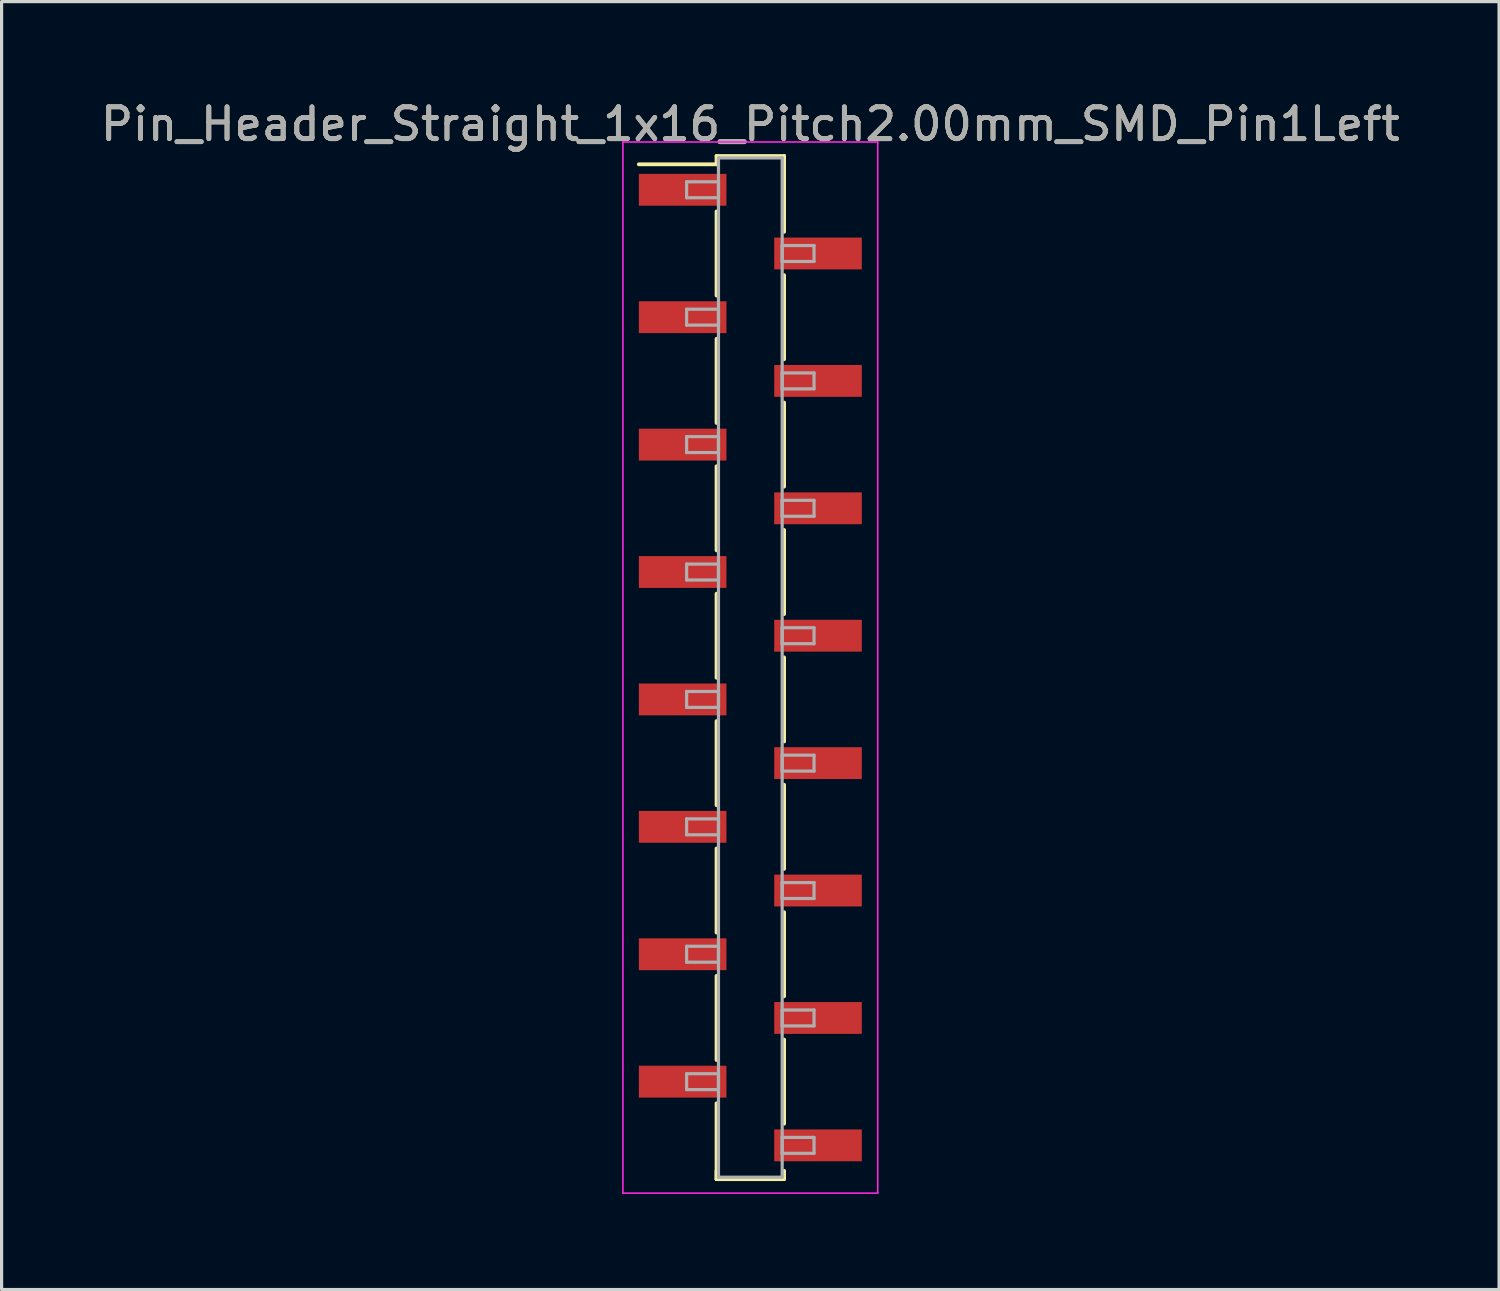
<source format=kicad_pcb>
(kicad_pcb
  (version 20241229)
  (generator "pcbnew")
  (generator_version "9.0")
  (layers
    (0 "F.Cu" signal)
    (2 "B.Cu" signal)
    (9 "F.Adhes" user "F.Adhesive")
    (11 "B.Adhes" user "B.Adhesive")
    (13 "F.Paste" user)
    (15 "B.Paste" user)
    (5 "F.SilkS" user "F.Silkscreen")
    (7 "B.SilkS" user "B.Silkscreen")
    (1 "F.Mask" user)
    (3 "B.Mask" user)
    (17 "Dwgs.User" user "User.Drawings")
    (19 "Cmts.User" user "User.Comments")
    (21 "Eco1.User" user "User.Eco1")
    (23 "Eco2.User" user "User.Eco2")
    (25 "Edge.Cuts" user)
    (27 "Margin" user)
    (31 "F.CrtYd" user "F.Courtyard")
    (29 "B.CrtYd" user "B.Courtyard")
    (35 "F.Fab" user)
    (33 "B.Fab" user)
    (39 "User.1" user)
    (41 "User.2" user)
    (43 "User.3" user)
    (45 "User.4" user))
  (footprint "Pin_Header_Straight_1x16_Pitch2.00mm_SMD_Pin1Left"
    (layer "F.Cu")
    (at 20.506 17.908)
    (property "Reference" "Pin_Header_Straight_1x16_Pitch2.00mm_SMD_Pin1Left" (at 0 -17.06 0) (layer "F.SilkS") (effects (font (size 1 1) (thickness 0.15))))
    (attr smd)
    (fp_line (start -1.06 -16.06) (end 1.06 -16.06) (stroke (width 0.12) (type solid)) (layer "F.SilkS"))
    (fp_line (start -1.06 -15.8) (end -3.5 -15.8) (stroke (width 0.12) (type solid)) (layer "F.SilkS"))
    (fp_line (start -1.06 -15.8) (end -1.06 -16.06) (stroke (width 0.12) (type solid)) (layer "F.SilkS"))
    (fp_line (start -1.06 -14.32) (end -1.06 -11.68) (stroke (width 0.12) (type solid)) (layer "F.SilkS"))
    (fp_line (start -1.06 -10.32) (end -1.06 -7.68) (stroke (width 0.12) (type solid)) (layer "F.SilkS"))
    (fp_line (start -1.06 -6.32) (end -1.06 -3.68) (stroke (width 0.12) (type solid)) (layer "F.SilkS"))
    (fp_line (start -1.06 -2.32) (end -1.06 0.32) (stroke (width 0.12) (type solid)) (layer "F.SilkS"))
    (fp_line (start -1.06 1.68) (end -1.06 4.32) (stroke (width 0.12) (type solid)) (layer "F.SilkS"))
    (fp_line (start -1.06 5.68) (end -1.06 8.32) (stroke (width 0.12) (type solid)) (layer "F.SilkS"))
    (fp_line (start -1.06 9.68) (end -1.06 12.32) (stroke (width 0.12) (type solid)) (layer "F.SilkS"))
    (fp_line (start -1.06 13.68) (end -1.06 16.06) (stroke (width 0.12) (type solid)) (layer "F.SilkS"))
    (fp_line (start -1.06 15.8) (end -1.06 16.06) (stroke (width 0.12) (type solid)) (layer "F.SilkS"))
    (fp_line (start -1.06 16.06) (end 1.06 16.06) (stroke (width 0.12) (type solid)) (layer "F.SilkS"))
    (fp_line (start 1.06 -16.06) (end 1.06 -15.8) (stroke (width 0.12) (type solid)) (layer "F.SilkS"))
    (fp_line (start 1.06 -16.06) (end 1.06 -13.68) (stroke (width 0.12) (type solid)) (layer "F.SilkS"))
    (fp_line (start 1.06 -12.32) (end 1.06 -9.68) (stroke (width 0.12) (type solid)) (layer "F.SilkS"))
    (fp_line (start 1.06 -8.32) (end 1.06 -5.68) (stroke (width 0.12) (type solid)) (layer "F.SilkS"))
    (fp_line (start 1.06 -4.32) (end 1.06 -1.68) (stroke (width 0.12) (type solid)) (layer "F.SilkS"))
    (fp_line (start 1.06 -0.32) (end 1.06 2.32) (stroke (width 0.12) (type solid)) (layer "F.SilkS"))
    (fp_line (start 1.06 3.68) (end 1.06 6.32) (stroke (width 0.12) (type solid)) (layer "F.SilkS"))
    (fp_line (start 1.06 7.68) (end 1.06 10.32) (stroke (width 0.12) (type solid)) (layer "F.SilkS"))
    (fp_line (start 1.06 11.68) (end 1.06 14.32) (stroke (width 0.12) (type solid)) (layer "F.SilkS"))
    (fp_line (start 1.06 16.06) (end 1.06 15.8) (stroke (width 0.12) (type solid)) (layer "F.SilkS"))
    (fp_line (start -4 -16.5) (end -4 16.5) (stroke (width 0.05) (type solid)) (layer "F.CrtYd"))
    (fp_line (start -4 16.5) (end 4 16.5) (stroke (width 0.05) (type solid)) (layer "F.CrtYd"))
    (fp_line (start 4 -16.5) (end -4 -16.5) (stroke (width 0.05) (type solid)) (layer "F.CrtYd"))
    (fp_line (start 4 16.5) (end 4 -16.5) (stroke (width 0.05) (type solid)) (layer "F.CrtYd"))
    (fp_line (start -2 -15.25) (end -1 -15.25) (stroke (width 0.1) (type solid)) (layer "F.Fab"))
    (fp_line (start -2 -14.75) (end -2 -15.25) (stroke (width 0.1) (type solid)) (layer "F.Fab"))
    (fp_line (start -2 -11.25) (end -1 -11.25) (stroke (width 0.1) (type solid)) (layer "F.Fab"))
    (fp_line (start -2 -10.75) (end -2 -11.25) (stroke (width 0.1) (type solid)) (layer "F.Fab"))
    (fp_line (start -2 -7.25) (end -1 -7.25) (stroke (width 0.1) (type solid)) (layer "F.Fab"))
    (fp_line (start -2 -6.75) (end -2 -7.25) (stroke (width 0.1) (type solid)) (layer "F.Fab"))
    (fp_line (start -2 -3.25) (end -1 -3.25) (stroke (width 0.1) (type solid)) (layer "F.Fab"))
    (fp_line (start -2 -2.75) (end -2 -3.25) (stroke (width 0.1) (type solid)) (layer "F.Fab"))
    (fp_line (start -2 0.75) (end -1 0.75) (stroke (width 0.1) (type solid)) (layer "F.Fab"))
    (fp_line (start -2 1.25) (end -2 0.75) (stroke (width 0.1) (type solid)) (layer "F.Fab"))
    (fp_line (start -2 4.75) (end -1 4.75) (stroke (width 0.1) (type solid)) (layer "F.Fab"))
    (fp_line (start -2 5.25) (end -2 4.75) (stroke (width 0.1) (type solid)) (layer "F.Fab"))
    (fp_line (start -2 8.75) (end -1 8.75) (stroke (width 0.1) (type solid)) (layer "F.Fab"))
    (fp_line (start -2 9.25) (end -2 8.75) (stroke (width 0.1) (type solid)) (layer "F.Fab"))
    (fp_line (start -2 12.75) (end -1 12.75) (stroke (width 0.1) (type solid)) (layer "F.Fab"))
    (fp_line (start -2 13.25) (end -2 12.75) (stroke (width 0.1) (type solid)) (layer "F.Fab"))
    (fp_line (start -1 -16) (end -1 16) (stroke (width 0.1) (type solid)) (layer "F.Fab"))
    (fp_line (start -1 -15.25) (end -1 -14.75) (stroke (width 0.1) (type solid)) (layer "F.Fab"))
    (fp_line (start -1 -14.75) (end -2 -14.75) (stroke (width 0.1) (type solid)) (layer "F.Fab"))
    (fp_line (start -1 -11.25) (end -1 -10.75) (stroke (width 0.1) (type solid)) (layer "F.Fab"))
    (fp_line (start -1 -10.75) (end -2 -10.75) (stroke (width 0.1) (type solid)) (layer "F.Fab"))
    (fp_line (start -1 -7.25) (end -1 -6.75) (stroke (width 0.1) (type solid)) (layer "F.Fab"))
    (fp_line (start -1 -6.75) (end -2 -6.75) (stroke (width 0.1) (type solid)) (layer "F.Fab"))
    (fp_line (start -1 -3.25) (end -1 -2.75) (stroke (width 0.1) (type solid)) (layer "F.Fab"))
    (fp_line (start -1 -2.75) (end -2 -2.75) (stroke (width 0.1) (type solid)) (layer "F.Fab"))
    (fp_line (start -1 0.75) (end -1 1.25) (stroke (width 0.1) (type solid)) (layer "F.Fab"))
    (fp_line (start -1 1.25) (end -2 1.25) (stroke (width 0.1) (type solid)) (layer "F.Fab"))
    (fp_line (start -1 4.75) (end -1 5.25) (stroke (width 0.1) (type solid)) (layer "F.Fab"))
    (fp_line (start -1 5.25) (end -2 5.25) (stroke (width 0.1) (type solid)) (layer "F.Fab"))
    (fp_line (start -1 8.75) (end -1 9.25) (stroke (width 0.1) (type solid)) (layer "F.Fab"))
    (fp_line (start -1 9.25) (end -2 9.25) (stroke (width 0.1) (type solid)) (layer "F.Fab"))
    (fp_line (start -1 12.75) (end -1 13.25) (stroke (width 0.1) (type solid)) (layer "F.Fab"))
    (fp_line (start -1 13.25) (end -2 13.25) (stroke (width 0.1) (type solid)) (layer "F.Fab"))
    (fp_line (start -1 16) (end 1 16) (stroke (width 0.1) (type solid)) (layer "F.Fab"))
    (fp_line (start 1 -16) (end -1 -16) (stroke (width 0.1) (type solid)) (layer "F.Fab"))
    (fp_line (start 1 -13.25) (end 1 -12.75) (stroke (width 0.1) (type solid)) (layer "F.Fab"))
    (fp_line (start 1 -12.75) (end 2 -12.75) (stroke (width 0.1) (type solid)) (layer "F.Fab"))
    (fp_line (start 1 -9.25) (end 1 -8.75) (stroke (width 0.1) (type solid)) (layer "F.Fab"))
    (fp_line (start 1 -8.75) (end 2 -8.75) (stroke (width 0.1) (type solid)) (layer "F.Fab"))
    (fp_line (start 1 -5.25) (end 1 -4.75) (stroke (width 0.1) (type solid)) (layer "F.Fab"))
    (fp_line (start 1 -4.75) (end 2 -4.75) (stroke (width 0.1) (type solid)) (layer "F.Fab"))
    (fp_line (start 1 -1.25) (end 1 -0.75) (stroke (width 0.1) (type solid)) (layer "F.Fab"))
    (fp_line (start 1 -0.75) (end 2 -0.75) (stroke (width 0.1) (type solid)) (layer "F.Fab"))
    (fp_line (start 1 2.75) (end 1 3.25) (stroke (width 0.1) (type solid)) (layer "F.Fab"))
    (fp_line (start 1 3.25) (end 2 3.25) (stroke (width 0.1) (type solid)) (layer "F.Fab"))
    (fp_line (start 1 6.75) (end 1 7.25) (stroke (width 0.1) (type solid)) (layer "F.Fab"))
    (fp_line (start 1 7.25) (end 2 7.25) (stroke (width 0.1) (type solid)) (layer "F.Fab"))
    (fp_line (start 1 10.75) (end 1 11.25) (stroke (width 0.1) (type solid)) (layer "F.Fab"))
    (fp_line (start 1 11.25) (end 2 11.25) (stroke (width 0.1) (type solid)) (layer "F.Fab"))
    (fp_line (start 1 14.75) (end 1 15.25) (stroke (width 0.1) (type solid)) (layer "F.Fab"))
    (fp_line (start 1 15.25) (end 2 15.25) (stroke (width 0.1) (type solid)) (layer "F.Fab"))
    (fp_line (start 1 16) (end 1 -16) (stroke (width 0.1) (type solid)) (layer "F.Fab"))
    (fp_line (start 2 -13.25) (end 1 -13.25) (stroke (width 0.1) (type solid)) (layer "F.Fab"))
    (fp_line (start 2 -12.75) (end 2 -13.25) (stroke (width 0.1) (type solid)) (layer "F.Fab"))
    (fp_line (start 2 -9.25) (end 1 -9.25) (stroke (width 0.1) (type solid)) (layer "F.Fab"))
    (fp_line (start 2 -8.75) (end 2 -9.25) (stroke (width 0.1) (type solid)) (layer "F.Fab"))
    (fp_line (start 2 -5.25) (end 1 -5.25) (stroke (width 0.1) (type solid)) (layer "F.Fab"))
    (fp_line (start 2 -4.75) (end 2 -5.25) (stroke (width 0.1) (type solid)) (layer "F.Fab"))
    (fp_line (start 2 -1.25) (end 1 -1.25) (stroke (width 0.1) (type solid)) (layer "F.Fab"))
    (fp_line (start 2 -0.75) (end 2 -1.25) (stroke (width 0.1) (type solid)) (layer "F.Fab"))
    (fp_line (start 2 2.75) (end 1 2.75) (stroke (width 0.1) (type solid)) (layer "F.Fab"))
    (fp_line (start 2 3.25) (end 2 2.75) (stroke (width 0.1) (type solid)) (layer "F.Fab"))
    (fp_line (start 2 6.75) (end 1 6.75) (stroke (width 0.1) (type solid)) (layer "F.Fab"))
    (fp_line (start 2 7.25) (end 2 6.75) (stroke (width 0.1) (type solid)) (layer "F.Fab"))
    (fp_line (start 2 10.75) (end 1 10.75) (stroke (width 0.1) (type solid)) (layer "F.Fab"))
    (fp_line (start 2 11.25) (end 2 10.75) (stroke (width 0.1) (type solid)) (layer "F.Fab"))
    (fp_line (start 2 14.75) (end 1 14.75) (stroke (width 0.1) (type solid)) (layer "F.Fab"))
    (fp_line (start 2 15.25) (end 2 14.75) (stroke (width 0.1) (type solid)) (layer "F.Fab"))
    (fp_text user "${REFERENCE}" (at 0 -17.06 0) (layer "F.Fab") (effects (font (size 1 1) (thickness 0.15))))
    (pad "1" smd rect (at -2.125 -15) (size 2.75 1) (layers "F.Cu" "F.Mask" "F.Paste"))
    (pad "2" smd rect (at 2.125 -13) (size 2.75 1) (layers "F.Cu" "F.Mask" "F.Paste"))
    (pad "3" smd rect (at -2.125 -11) (size 2.75 1) (layers "F.Cu" "F.Mask" "F.Paste"))
    (pad "4" smd rect (at 2.125 -9) (size 2.75 1) (layers "F.Cu" "F.Mask" "F.Paste"))
    (pad "5" smd rect (at -2.125 -7) (size 2.75 1) (layers "F.Cu" "F.Mask" "F.Paste"))
    (pad "6" smd rect (at 2.125 -5) (size 2.75 1) (layers "F.Cu" "F.Mask" "F.Paste"))
    (pad "7" smd rect (at -2.125 -3) (size 2.75 1) (layers "F.Cu" "F.Mask" "F.Paste"))
    (pad "8" smd rect (at 2.125 -1) (size 2.75 1) (layers "F.Cu" "F.Mask" "F.Paste"))
    (pad "9" smd rect (at -2.125 1) (size 2.75 1) (layers "F.Cu" "F.Mask" "F.Paste"))
    (pad "10" smd rect (at 2.125 3) (size 2.75 1) (layers "F.Cu" "F.Mask" "F.Paste"))
    (pad "11" smd rect (at -2.125 5) (size 2.75 1) (layers "F.Cu" "F.Mask" "F.Paste"))
    (pad "12" smd rect (at 2.125 7) (size 2.75 1) (layers "F.Cu" "F.Mask" "F.Paste"))
    (pad "13" smd rect (at -2.125 9) (size 2.75 1) (layers "F.Cu" "F.Mask" "F.Paste"))
    (pad "14" smd rect (at 2.125 11) (size 2.75 1) (layers "F.Cu" "F.Mask" "F.Paste"))
    (pad "15" smd rect (at -2.125 13) (size 2.75 1) (layers "F.Cu" "F.Mask" "F.Paste"))
    (pad "16" smd rect (at 2.125 15) (size 2.75 1) (layers "F.Cu" "F.Mask" "F.Paste")))
  (gr_rect
    (start -3 -3)
    (end 44.012 37.433)
    (stroke (width 0.1) (type default))
    (fill no)
    (layer "Edge.Cuts")))
</source>
